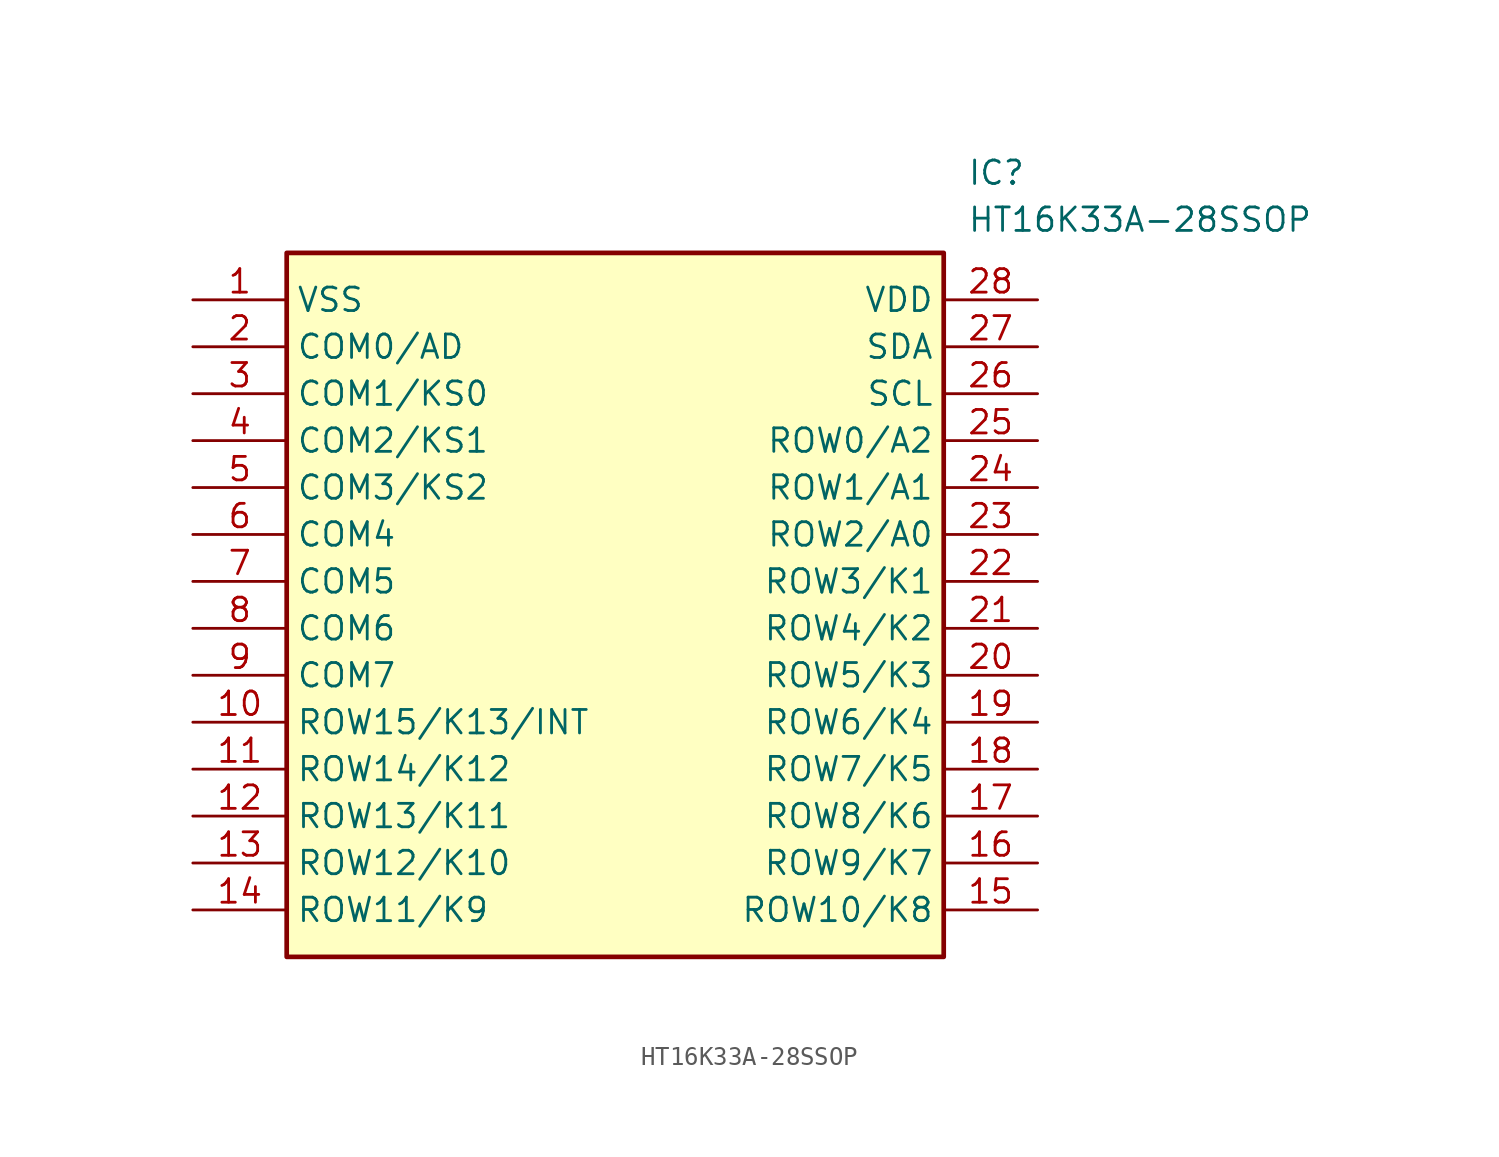
<source format=kicad_sym>
(kicad_symbol_lib
  (version 20211014)
  (generator SamacSys_ECAD_Model)
  (symbol "HT16K33A-28SSOP"
    (property "Reference" "IC"
      (at 41.91 7.62 0)
      (effects (font (size 1.27 1.27)) (justify left top)))
    (property "Value" "HT16K33A-28SSOP"
      (at 41.91 5.08 0)
      (effects (font (size 1.27 1.27)) (justify left top)))
    (rectangle
      (start 5.08 2.54)
      (end 40.64 -35.56)
      (stroke (width 0.254) (type default))
      (fill (type background)))
    (pin passive line
      (at 0 0 0)
      (length 5.08)
      (name "VSS" (effects (font (size 1.27 1.27))))
      (number "1" (effects (font (size 1.27 1.27)))))
    (pin passive line
      (at 0 -2.54 0)
      (length 5.08)
      (name "COM0/AD" (effects (font (size 1.27 1.27))))
      (number "2" (effects (font (size 1.27 1.27)))))
    (pin passive line
      (at 0 -5.08 0)
      (length 5.08)
      (name "COM1/KS0" (effects (font (size 1.27 1.27))))
      (number "3" (effects (font (size 1.27 1.27)))))
    (pin passive line
      (at 0 -7.62 0)
      (length 5.08)
      (name "COM2/KS1" (effects (font (size 1.27 1.27))))
      (number "4" (effects (font (size 1.27 1.27)))))
    (pin passive line
      (at 0 -10.16 0)
      (length 5.08)
      (name "COM3/KS2" (effects (font (size 1.27 1.27))))
      (number "5" (effects (font (size 1.27 1.27)))))
    (pin passive line
      (at 0 -12.7 0)
      (length 5.08)
      (name "COM4" (effects (font (size 1.27 1.27))))
      (number "6" (effects (font (size 1.27 1.27)))))
    (pin passive line
      (at 0 -15.24 0)
      (length 5.08)
      (name "COM5" (effects (font (size 1.27 1.27))))
      (number "7" (effects (font (size 1.27 1.27)))))
    (pin passive line
      (at 0 -17.78 0)
      (length 5.08)
      (name "COM6" (effects (font (size 1.27 1.27))))
      (number "8" (effects (font (size 1.27 1.27)))))
    (pin passive line
      (at 0 -20.32 0)
      (length 5.08)
      (name "COM7" (effects (font (size 1.27 1.27))))
      (number "9" (effects (font (size 1.27 1.27)))))
    (pin passive line
      (at 0 -22.86 0)
      (length 5.08)
      (name "ROW15/K13/INT" (effects (font (size 1.27 1.27))))
      (number "10" (effects (font (size 1.27 1.27)))))
    (pin passive line
      (at 0 -25.4 0)
      (length 5.08)
      (name "ROW14/K12" (effects (font (size 1.27 1.27))))
      (number "11" (effects (font (size 1.27 1.27)))))
    (pin passive line
      (at 0 -27.94 0)
      (length 5.08)
      (name "ROW13/K11" (effects (font (size 1.27 1.27))))
      (number "12" (effects (font (size 1.27 1.27)))))
    (pin passive line
      (at 0 -30.48 0)
      (length 5.08)
      (name "ROW12/K10" (effects (font (size 1.27 1.27))))
      (number "13" (effects (font (size 1.27 1.27)))))
    (pin passive line
      (at 0 -33.02 0)
      (length 5.08)
      (name "ROW11/K9" (effects (font (size 1.27 1.27))))
      (number "14" (effects (font (size 1.27 1.27)))))
    (pin passive line
      (at 45.72 0 180)
      (length 5.08)
      (name "VDD" (effects (font (size 1.27 1.27))))
      (number "28" (effects (font (size 1.27 1.27)))))
    (pin passive line
      (at 45.72 -2.54 180)
      (length 5.08)
      (name "SDA" (effects (font (size 1.27 1.27))))
      (number "27" (effects (font (size 1.27 1.27)))))
    (pin passive line
      (at 45.72 -5.08 180)
      (length 5.08)
      (name "SCL" (effects (font (size 1.27 1.27))))
      (number "26" (effects (font (size 1.27 1.27)))))
    (pin passive line
      (at 45.72 -7.62 180)
      (length 5.08)
      (name "ROW0/A2" (effects (font (size 1.27 1.27))))
      (number "25" (effects (font (size 1.27 1.27)))))
    (pin passive line
      (at 45.72 -10.16 180)
      (length 5.08)
      (name "ROW1/A1" (effects (font (size 1.27 1.27))))
      (number "24" (effects (font (size 1.27 1.27)))))
    (pin passive line
      (at 45.72 -12.7 180)
      (length 5.08)
      (name "ROW2/A0" (effects (font (size 1.27 1.27))))
      (number "23" (effects (font (size 1.27 1.27)))))
    (pin passive line
      (at 45.72 -15.24 180)
      (length 5.08)
      (name "ROW3/K1" (effects (font (size 1.27 1.27))))
      (number "22" (effects (font (size 1.27 1.27)))))
    (pin passive line
      (at 45.72 -17.78 180)
      (length 5.08)
      (name "ROW4/K2" (effects (font (size 1.27 1.27))))
      (number "21" (effects (font (size 1.27 1.27)))))
    (pin passive line
      (at 45.72 -20.32 180)
      (length 5.08)
      (name "ROW5/K3" (effects (font (size 1.27 1.27))))
      (number "20" (effects (font (size 1.27 1.27)))))
    (pin passive line
      (at 45.72 -22.86 180)
      (length 5.08)
      (name "ROW6/K4" (effects (font (size 1.27 1.27))))
      (number "19" (effects (font (size 1.27 1.27)))))
    (pin passive line
      (at 45.72 -25.4 180)
      (length 5.08)
      (name "ROW7/K5" (effects (font (size 1.27 1.27))))
      (number "18" (effects (font (size 1.27 1.27)))))
    (pin passive line
      (at 45.72 -27.94 180)
      (length 5.08)
      (name "ROW8/K6" (effects (font (size 1.27 1.27))))
      (number "17" (effects (font (size 1.27 1.27)))))
    (pin passive line
      (at 45.72 -30.48 180)
      (length 5.08)
      (name "ROW9/K7" (effects (font (size 1.27 1.27))))
      (number "16" (effects (font (size 1.27 1.27)))))
    (pin passive line
      (at 45.72 -33.02 180)
      (length 5.08)
      (name "ROW10/K8" (effects (font (size 1.27 1.27))))
      (number "15" (effects (font (size 1.27 1.27)))))))
</source>
